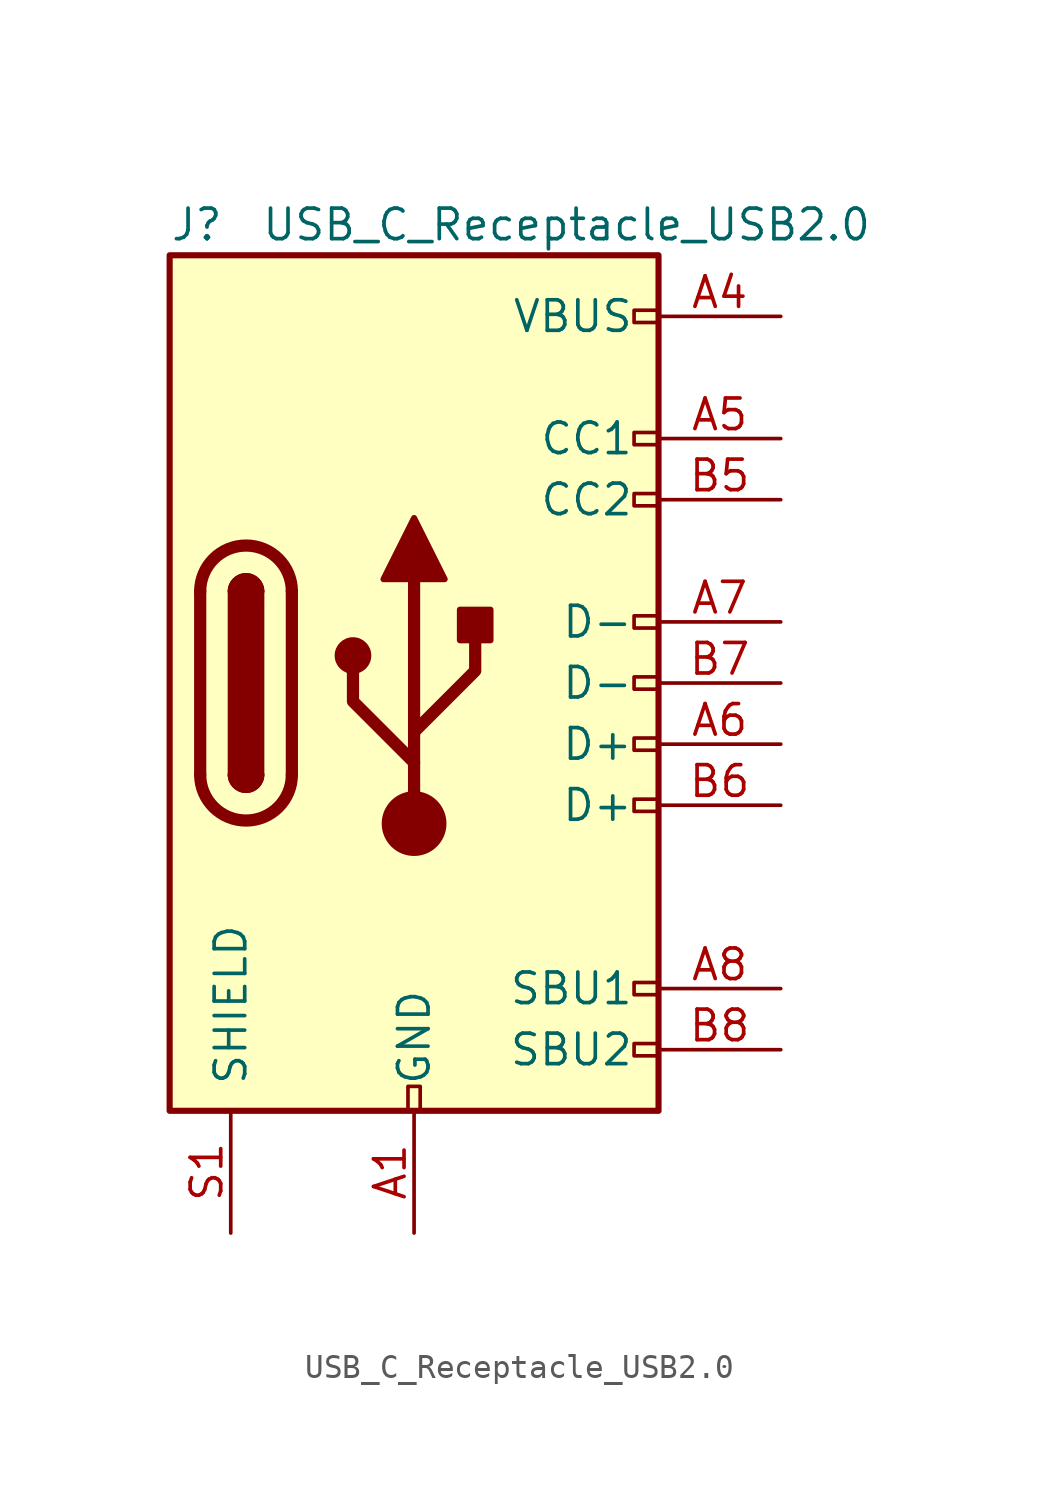
<source format=kicad_sym>
(kicad_symbol_lib
  (version 20231120)
  (generator "kicad_symbol_editor")
  (generator_version "8.0")
  (symbol "USB_C_Receptacle_USB2.0"
    (pin_names
      (offset 1.016))
    (property "Reference" "J"
      (at -10.16 19.05 0)
      (effects (font (size 1.27 1.27)) (justify left)))
    (property "Value" "USB_C_Receptacle_USB2.0"
      (at 19.05 19.05 0)
      (effects (font (size 1.27 1.27)) (justify right)))
    (symbol "USB_C_Receptacle_USB2.0_0_0"
      (rectangle (start -0.254 -17.78) (end 0.254 -16.764) (stroke (width 0) (type default)) (fill (type none)))
      (rectangle (start 10.16 -14.986) (end 9.144 -15.494) (stroke (width 0) (type default)) (fill (type none)))
      (rectangle (start 10.16 -12.446) (end 9.144 -12.954) (stroke (width 0) (type default)) (fill (type none)))
      (rectangle (start 10.16 -4.826) (end 9.144 -5.334) (stroke (width 0) (type default)) (fill (type none)))
      (rectangle (start 10.16 -2.286) (end 9.144 -2.794) (stroke (width 0) (type default)) (fill (type none)))
      (rectangle (start 10.16 0.254) (end 9.144 -0.254) (stroke (width 0) (type default)) (fill (type none)))
      (rectangle (start 10.16 2.794) (end 9.144 2.286) (stroke (width 0) (type default)) (fill (type none)))
      (rectangle (start 10.16 7.874) (end 9.144 7.366) (stroke (width 0) (type default)) (fill (type none)))
      (rectangle (start 10.16 10.414) (end 9.144 9.906) (stroke (width 0) (type default)) (fill (type none)))
      (rectangle (start 10.16 15.494) (end 9.144 14.986) (stroke (width 0) (type default)) (fill (type none))))
    (symbol "USB_C_Receptacle_USB2.0_0_1"
      (rectangle (start -10.16 17.78) (end 10.16 -17.78) (stroke (width 0.254) (type default)) (fill (type background)))
      (arc (start -8.89 -3.81) (mid -6.985 -5.7066) (end -5.08 -3.81) (stroke (width 0.508) (type default)) (fill (type none)))
      (arc (start -7.62 -3.81) (mid -6.985 -4.4422) (end -6.35 -3.81) (stroke (width 0.254) (type default)) (fill (type none)))
      (arc (start -7.62 -3.81) (mid -6.985 -4.4422) (end -6.35 -3.81) (stroke (width 0.254) (type default)) (fill (type outline)))
      (rectangle (start -7.62 -3.81) (end -6.35 3.81) (stroke (width 0.254) (type default)) (fill (type outline)))
      (arc (start -6.35 3.81) (mid -6.985 4.4422) (end -7.62 3.81) (stroke (width 0.254) (type default)) (fill (type none)))
      (arc (start -6.35 3.81) (mid -6.985 4.4422) (end -7.62 3.81) (stroke (width 0.254) (type default)) (fill (type outline)))
      (arc (start -5.08 3.81) (mid -6.985 5.7066) (end -8.89 3.81) (stroke (width 0.508) (type default)) (fill (type none)))
      (circle (center -2.54 1.143) (radius 0.635) (stroke (width 0.254) (type default)) (fill (type outline)))
      (circle (center 0 -5.842) (radius 1.27) (stroke (width 0) (type default)) (fill (type outline)))
      (polyline (pts (xy -8.89 -3.81) (xy -8.89 3.81)) (stroke (width 0.508) (type default)) (fill (type none)))
      (polyline (pts (xy -5.08 3.81) (xy -5.08 -3.81)) (stroke (width 0.508) (type default)) (fill (type none)))
      (polyline (pts (xy 0 -5.842) (xy 0 4.318)) (stroke (width 0.508) (type default)) (fill (type none)))
      (polyline (pts (xy 0 -3.302) (xy -2.54 -0.762) (xy -2.54 0.508)) (stroke (width 0.508) (type default)) (fill (type none)))
      (polyline (pts (xy 0 -2.032) (xy 2.54 0.508) (xy 2.54 1.778)) (stroke (width 0.508) (type default)) (fill (type none)))
      (polyline (pts (xy -1.27 4.318) (xy 0 6.858) (xy 1.27 4.318) (xy -1.27 4.318)) (stroke (width 0.254) (type default)) (fill (type outline)))
      (rectangle (start 1.905 1.778) (end 3.175 3.048) (stroke (width 0.254) (type default)) (fill (type outline))))
    (symbol "USB_C_Receptacle_USB2.0_1_1"
      (pin passive line (at 0 -22.86 90) (length 5.08) (name "GND" (effects (font (size 1.27 1.27)))) (number "A1" (effects (font (size 1.27 1.27)))))
      (pin passive line (at 0 -22.86 90) (length 5.08) hide (name "GND" (effects (font (size 1.27 1.27)))) (number "A12" (effects (font (size 1.27 1.27)))))
      (pin passive line (at 15.24 15.24 180) (length 5.08) (name "VBUS" (effects (font (size 1.27 1.27)))) (number "A4" (effects (font (size 1.27 1.27)))))
      (pin bidirectional line (at 15.24 10.16 180) (length 5.08) (name "CC1" (effects (font (size 1.27 1.27)))) (number "A5" (effects (font (size 1.27 1.27)))))
      (pin bidirectional line (at 15.24 -2.54 180) (length 5.08) (name "D+" (effects (font (size 1.27 1.27)))) (number "A6" (effects (font (size 1.27 1.27)))))
      (pin bidirectional line (at 15.24 2.54 180) (length 5.08) (name "D-" (effects (font (size 1.27 1.27)))) (number "A7" (effects (font (size 1.27 1.27)))))
      (pin bidirectional line (at 15.24 -12.7 180) (length 5.08) (name "SBU1" (effects (font (size 1.27 1.27)))) (number "A8" (effects (font (size 1.27 1.27)))))
      (pin passive line (at 15.24 15.24 180) (length 5.08) hide (name "VBUS" (effects (font (size 1.27 1.27)))) (number "A9" (effects (font (size 1.27 1.27)))))
      (pin passive line (at 0 -22.86 90) (length 5.08) hide (name "GND" (effects (font (size 1.27 1.27)))) (number "B1" (effects (font (size 1.27 1.27)))))
      (pin passive line (at 0 -22.86 90) (length 5.08) hide (name "GND" (effects (font (size 1.27 1.27)))) (number "B12" (effects (font (size 1.27 1.27)))))
      (pin passive line (at 15.24 15.24 180) (length 5.08) hide (name "VBUS" (effects (font (size 1.27 1.27)))) (number "B4" (effects (font (size 1.27 1.27)))))
      (pin bidirectional line (at 15.24 7.62 180) (length 5.08) (name "CC2" (effects (font (size 1.27 1.27)))) (number "B5" (effects (font (size 1.27 1.27)))))
      (pin bidirectional line (at 15.24 -5.08 180) (length 5.08) (name "D+" (effects (font (size 1.27 1.27)))) (number "B6" (effects (font (size 1.27 1.27)))))
      (pin bidirectional line (at 15.24 0 180) (length 5.08) (name "D-" (effects (font (size 1.27 1.27)))) (number "B7" (effects (font (size 1.27 1.27)))))
      (pin bidirectional line (at 15.24 -15.24 180) (length 5.08) (name "SBU2" (effects (font (size 1.27 1.27)))) (number "B8" (effects (font (size 1.27 1.27)))))
      (pin passive line (at 15.24 15.24 180) (length 5.08) hide (name "VBUS" (effects (font (size 1.27 1.27)))) (number "B9" (effects (font (size 1.27 1.27)))))
      (pin passive line (at -7.62 -22.86 90) (length 5.08) (name "SHIELD" (effects (font (size 1.27 1.27)))) (number "S1" (effects (font (size 1.27 1.27))))))))
</source>
